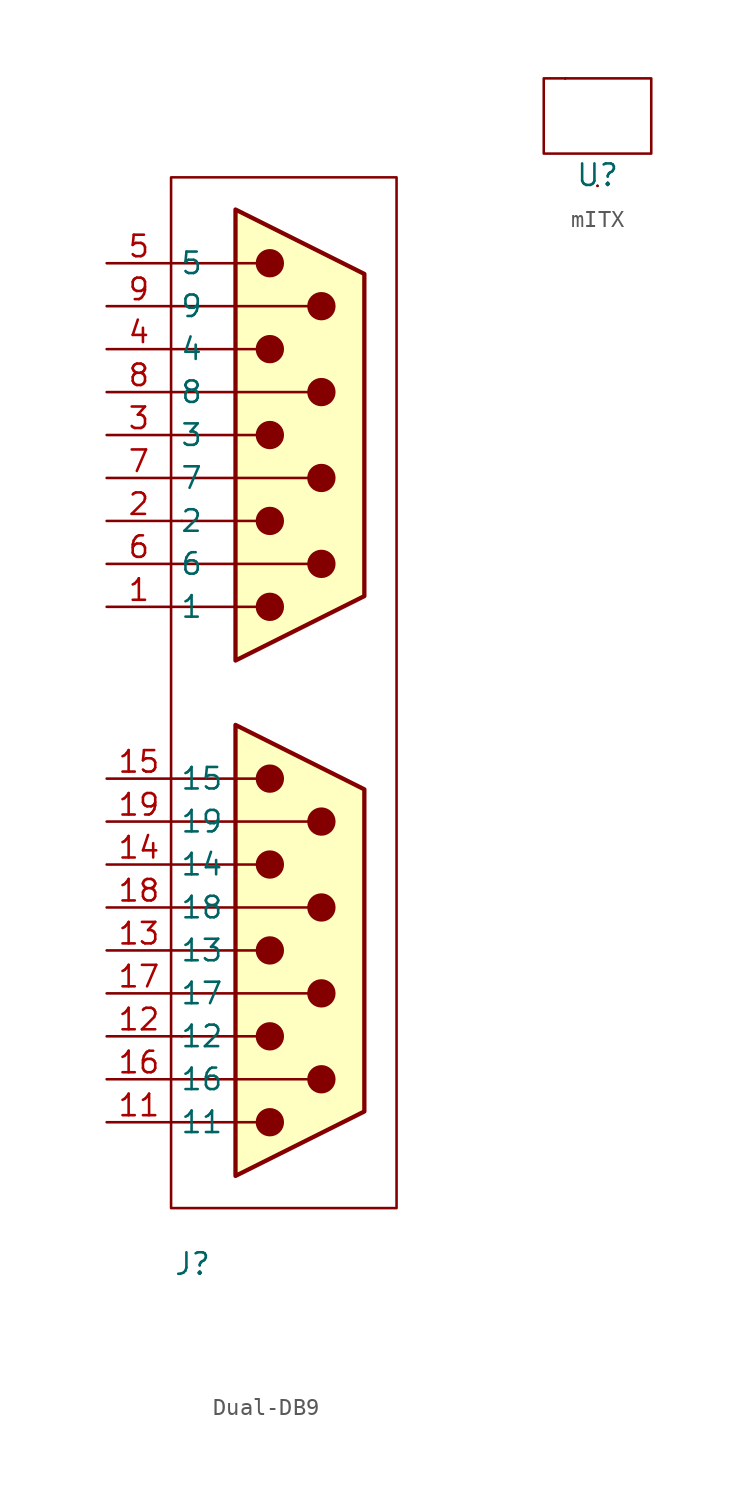
<source format=kicad_sym>
(kicad_symbol_lib
  (version 20231120)
  (generator "kicad_symbol_editor")
  (generator_version "8.0")
  (symbol "Dual-DB9"
    (property "Reference" "J"
      (at -1.27 -33.782 0)
      (effects (font (size 1.27 1.27))))
    (property "Value" ""
      (at 12.7 -10.16 0)
      (effects (font (size 1.27 1.27))))
    (symbol "Dual-DB9_0_1"
      (polyline (pts (xy -2.54 -25.4) (xy 1.27 -25.4)) (stroke (width 0) (type default)) (fill (type none)))
      (polyline (pts (xy -2.54 -22.86) (xy 1.27 -22.86)) (stroke (width 0) (type default)) (fill (type none)))
      (polyline (pts (xy -2.54 -20.32) (xy -1.905 -20.32)) (stroke (width 0) (type default)) (fill (type none)))
      (polyline (pts (xy -2.54 -17.78) (xy 1.27 -17.78)) (stroke (width 0) (type default)) (fill (type none)))
      (polyline (pts (xy -2.54 -15.24) (xy 1.27 -15.24)) (stroke (width 0) (type default)) (fill (type none)))
      (polyline (pts (xy -2.54 -12.7) (xy 1.27 -12.7)) (stroke (width 0) (type default)) (fill (type none)))
      (polyline (pts (xy -2.54 -10.16) (xy 1.27 -10.16)) (stroke (width 0) (type default)) (fill (type none)))
      (polyline (pts (xy -2.54 -5.08) (xy 1.27 -5.08)) (stroke (width 0) (type default)) (fill (type none)))
      (polyline (pts (xy -2.54 5.08) (xy 1.27 5.08)) (stroke (width 0) (type default)) (fill (type none)))
      (polyline (pts (xy -2.54 7.62) (xy 1.27 7.62)) (stroke (width 0) (type default)) (fill (type none)))
      (polyline (pts (xy -2.54 10.16) (xy -1.905 10.16)) (stroke (width 0) (type default)) (fill (type none)))
      (polyline (pts (xy -2.54 12.7) (xy 1.27 12.7)) (stroke (width 0) (type default)) (fill (type none)))
      (polyline (pts (xy -2.54 15.24) (xy 1.27 15.24)) (stroke (width 0) (type default)) (fill (type none)))
      (polyline (pts (xy -2.54 17.78) (xy 1.27 17.78)) (stroke (width 0) (type default)) (fill (type none)))
      (polyline (pts (xy -2.54 20.32) (xy 1.27 20.32)) (stroke (width 0) (type default)) (fill (type none)))
      (polyline (pts (xy -2.54 25.4) (xy 1.27 25.4)) (stroke (width 0) (type default)) (fill (type none)))
      (polyline (pts (xy -1.905 -20.32) (xy 1.27 -20.32)) (stroke (width 0) (type default)) (fill (type none)))
      (polyline (pts (xy -1.905 10.16) (xy 1.27 10.16)) (stroke (width 0) (type default)) (fill (type none)))
      (polyline (pts (xy 1.27 -25.4) (xy 2.54 -25.4)) (stroke (width 0) (type default)) (fill (type none)))
      (polyline (pts (xy 1.27 -22.86) (xy 5.588 -22.86)) (stroke (width 0) (type default)) (fill (type none)))
      (polyline (pts (xy 1.27 -20.32) (xy 2.54 -20.32)) (stroke (width 0) (type default)) (fill (type none)))
      (polyline (pts (xy 1.27 -17.78) (xy 5.588 -17.78)) (stroke (width 0) (type default)) (fill (type none)))
      (polyline (pts (xy 1.27 -15.24) (xy 2.54 -15.24)) (stroke (width 0) (type default)) (fill (type none)))
      (polyline (pts (xy 1.27 -12.7) (xy 5.588 -12.7)) (stroke (width 0) (type default)) (fill (type none)))
      (polyline (pts (xy 1.27 -10.16) (xy 2.54 -10.16)) (stroke (width 0) (type default)) (fill (type none)))
      (polyline (pts (xy 1.27 -7.62) (xy -2.54 -7.62)) (stroke (width 0) (type default)) (fill (type none)))
      (polyline (pts (xy 1.27 -7.62) (xy 5.588 -7.62)) (stroke (width 0) (type default)) (fill (type none)))
      (polyline (pts (xy 1.27 -5.08) (xy 2.54 -5.08)) (stroke (width 0) (type default)) (fill (type none)))
      (polyline (pts (xy 1.27 5.08) (xy 2.54 5.08)) (stroke (width 0) (type default)) (fill (type none)))
      (polyline (pts (xy 1.27 7.62) (xy 5.588 7.62)) (stroke (width 0) (type default)) (fill (type none)))
      (polyline (pts (xy 1.27 10.16) (xy 2.54 10.16)) (stroke (width 0) (type default)) (fill (type none)))
      (polyline (pts (xy 1.27 12.7) (xy 5.588 12.7)) (stroke (width 0) (type default)) (fill (type none)))
      (polyline (pts (xy 1.27 15.24) (xy 2.54 15.24)) (stroke (width 0) (type default)) (fill (type none)))
      (polyline (pts (xy 1.27 17.78) (xy 5.588 17.78)) (stroke (width 0) (type default)) (fill (type none)))
      (polyline (pts (xy 1.27 20.32) (xy 2.54 20.32)) (stroke (width 0) (type default)) (fill (type none)))
      (polyline (pts (xy 1.27 22.86) (xy -2.54 22.86)) (stroke (width 0) (type default)) (fill (type none)))
      (polyline (pts (xy 1.27 22.86) (xy 5.588 22.86)) (stroke (width 0) (type default)) (fill (type none)))
      (polyline (pts (xy 1.27 25.4) (xy 2.54 25.4)) (stroke (width 0) (type default)) (fill (type none)))
      (polyline (pts (xy -2.54 30.48) (xy -2.54 -30.48) (xy 10.795 -30.48) (xy 10.795 30.48) (xy -2.54 30.48)) (stroke (width 0) (type default)) (fill (type none)))
      (polyline (pts (xy 1.27 -28.575) (xy 1.27 -1.905) (xy 8.89 -5.715) (xy 8.89 -24.765) (xy 1.27 -28.575)) (stroke (width 0.254) (type default)) (fill (type background)))
      (polyline (pts (xy 1.27 1.905) (xy 1.27 28.575) (xy 8.89 24.765) (xy 8.89 5.715) (xy 1.27 1.905)) (stroke (width 0.254) (type default)) (fill (type background)))
      (circle (center 3.302 -25.4) (radius 0.762) (stroke (width 0) (type default)) (fill (type outline)))
      (circle (center 3.302 -20.32) (radius 0.762) (stroke (width 0) (type default)) (fill (type outline)))
      (circle (center 3.302 -15.24) (radius 0.762) (stroke (width 0) (type default)) (fill (type outline)))
      (circle (center 3.302 -10.16) (radius 0.762) (stroke (width 0) (type default)) (fill (type outline)))
      (circle (center 3.302 -5.08) (radius 0.762) (stroke (width 0) (type default)) (fill (type outline)))
      (circle (center 3.302 5.08) (radius 0.762) (stroke (width 0) (type default)) (fill (type outline)))
      (circle (center 3.302 10.16) (radius 0.762) (stroke (width 0) (type default)) (fill (type outline)))
      (circle (center 3.302 15.24) (radius 0.762) (stroke (width 0) (type default)) (fill (type outline)))
      (circle (center 3.302 20.32) (radius 0.762) (stroke (width 0) (type default)) (fill (type outline)))
      (circle (center 3.302 25.4) (radius 0.762) (stroke (width 0) (type default)) (fill (type outline)))
      (circle (center 6.35 -22.86) (radius 0.762) (stroke (width 0) (type default)) (fill (type outline)))
      (circle (center 6.35 -17.78) (radius 0.762) (stroke (width 0) (type default)) (fill (type outline)))
      (circle (center 6.35 -12.7) (radius 0.762) (stroke (width 0) (type default)) (fill (type outline)))
      (circle (center 6.35 -7.62) (radius 0.762) (stroke (width 0) (type default)) (fill (type outline)))
      (circle (center 6.35 7.62) (radius 0.762) (stroke (width 0) (type default)) (fill (type outline)))
      (circle (center 6.35 12.7) (radius 0.762) (stroke (width 0) (type default)) (fill (type outline)))
      (circle (center 6.35 17.78) (radius 0.762) (stroke (width 0) (type default)) (fill (type outline)))
      (circle (center 6.35 22.86) (radius 0.762) (stroke (width 0) (type default)) (fill (type outline))))
    (symbol "Dual-DB9_1_1"
      (pin passive line (at -6.35 5.08 0) (length 3.81) (name "1" (effects (font (size 1.27 1.27)))) (number "1" (effects (font (size 1.27 1.27)))))
      (pin passive line (at -6.35 -25.4 0) (length 3.81) (name "11" (effects (font (size 1.27 1.27)))) (number "11" (effects (font (size 1.27 1.27)))))
      (pin passive line (at -6.35 -20.32 0) (length 3.81) (name "12" (effects (font (size 1.27 1.27)))) (number "12" (effects (font (size 1.27 1.27)))))
      (pin passive line (at -6.35 -15.24 0) (length 3.81) (name "13" (effects (font (size 1.27 1.27)))) (number "13" (effects (font (size 1.27 1.27)))))
      (pin passive line (at -6.35 -10.16 0) (length 3.81) (name "14" (effects (font (size 1.27 1.27)))) (number "14" (effects (font (size 1.27 1.27)))))
      (pin passive line (at -6.35 -5.08 0) (length 3.81) (name "15" (effects (font (size 1.27 1.27)))) (number "15" (effects (font (size 1.27 1.27)))))
      (pin passive line (at -6.35 -22.86 0) (length 3.81) (name "16" (effects (font (size 1.27 1.27)))) (number "16" (effects (font (size 1.27 1.27)))))
      (pin passive line (at -6.35 -17.78 0) (length 3.81) (name "17" (effects (font (size 1.27 1.27)))) (number "17" (effects (font (size 1.27 1.27)))))
      (pin passive line (at -6.35 -12.7 0) (length 3.81) (name "18" (effects (font (size 1.27 1.27)))) (number "18" (effects (font (size 1.27 1.27)))))
      (pin passive line (at -6.35 -7.62 0) (length 3.81) (name "19" (effects (font (size 1.27 1.27)))) (number "19" (effects (font (size 1.27 1.27)))))
      (pin passive line (at -6.35 10.16 0) (length 3.81) (name "2" (effects (font (size 1.27 1.27)))) (number "2" (effects (font (size 1.27 1.27)))))
      (pin passive line (at -6.35 15.24 0) (length 3.81) (name "3" (effects (font (size 1.27 1.27)))) (number "3" (effects (font (size 1.27 1.27)))))
      (pin passive line (at -6.35 20.32 0) (length 3.81) (name "4" (effects (font (size 1.27 1.27)))) (number "4" (effects (font (size 1.27 1.27)))))
      (pin passive line (at -6.35 25.4 0) (length 3.81) (name "5" (effects (font (size 1.27 1.27)))) (number "5" (effects (font (size 1.27 1.27)))))
      (pin passive line (at -6.35 7.62 0) (length 3.81) (name "6" (effects (font (size 1.27 1.27)))) (number "6" (effects (font (size 1.27 1.27)))))
      (pin passive line (at -6.35 12.7 0) (length 3.81) (name "7" (effects (font (size 1.27 1.27)))) (number "7" (effects (font (size 1.27 1.27)))))
      (pin passive line (at -6.35 17.78 0) (length 3.81) (name "8" (effects (font (size 1.27 1.27)))) (number "8" (effects (font (size 1.27 1.27)))))
      (pin passive line (at -6.35 22.86 0) (length 3.81) (name "9" (effects (font (size 1.27 1.27)))) (number "9" (effects (font (size 1.27 1.27)))))))
  (symbol "mITX"
    (property "Reference" "U"
      (at 0 0 0)
      (effects (font (size 1.27 1.27))))
    (property "Value" ""
      (at 0 0 0)
      (effects (font (size 1.27 1.27))))
    (symbol "mITX_0_1"
      (rectangle (start -3.175 5.715) (end 3.175 1.27) (stroke (width 0) (type default)) (fill (type none)))
      (rectangle (start -1.905 5.715) (end -1.905 5.715) (stroke (width 0) (type default)) (fill (type none)))
      (rectangle (start -1.905 5.715) (end -1.905 5.715) (stroke (width 0) (type default)) (fill (type none)))
      (rectangle (start 0 -0.635) (end 0 -0.635) (stroke (width 0) (type default)) (fill (type none)))
      (rectangle (start 0 -0.635) (end 0 -0.635) (stroke (width 0) (type default)) (fill (type none))))))
</source>
